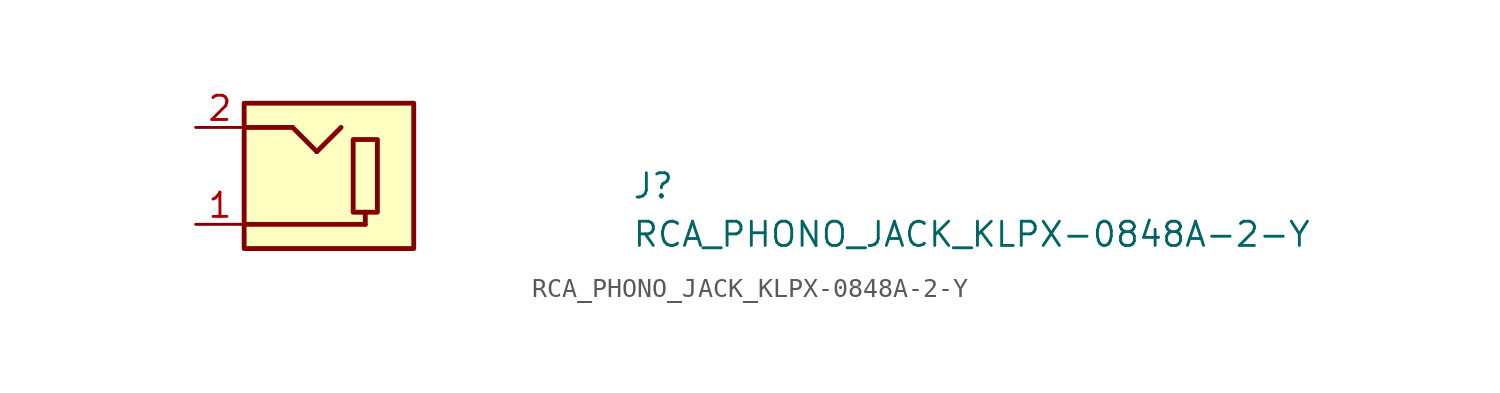
<source format=kicad_sym>
(kicad_symbol_lib
  (version 20211014)
  (generator kicad_symbol_editor)
  (symbol "RCA_PHONO_JACK_KLPX-0848A-2-Y"
    (property "Reference" "J"
      (at 22.86 -3.81 0)
      (effects (font (size 1.27 1.27) (thickness 0.15)) (justify left bottom)))
    (property "Value" "RCA_PHONO_JACK_KLPX-0848A-2-Y"
      (at 22.86 -6.35 0)
      (effects (font (size 1.27 1.27) (thickness 0.15)) (justify left bottom)))
    (symbol "RCA_PHONO_JACK_KLPX-0848A-2-Y_0_1"
      (rectangle (start 9.525 -0.635) (end 8.255 -4.445) (stroke (width 0.254) (type default) (color 0 0 0 0)) (fill (type none))))
    (symbol "RCA_PHONO_JACK_KLPX-0848A-2-Y_1_1"
      (polyline (pts (xy 5.08 0) (xy 2.54 0)) (stroke (width 0.254) (type default) (color 0 0 0 0)) (fill (type background)))
      (polyline (pts (xy 6.35 -1.27) (xy 5.08 0)) (stroke (width 0.254) (type default) (color 0 0 0 0)) (fill (type background)))
      (polyline (pts (xy 7.62 0) (xy 6.35 -1.27)) (stroke (width 0.254) (type default) (color 0 0 0 0)) (fill (type background)))
      (polyline (pts (xy 8.89 -5.08) (xy 2.54 -5.08)) (stroke (width 0.254) (type default) (color 0 0 0 0)) (fill (type background)))
      (polyline (pts (xy 8.89 -5.08) (xy 8.89 -4.445)) (stroke (width 0.254) (type default) (color 0 0 0 0)) (fill (type background)))
      (rectangle (start 2.54 1.27) (end 11.43 -6.35) (stroke (width 0.254) (type default) (color 0 0 0 0)) (fill (type background)))
      (pin passive line (at 0 -5.08 0) (length 2.54) (name "~" (effects (font (size 1.27 1.27)))) (number "1" (effects (font (size 1.27 1.27)))))
      (pin passive line (at 0 0 0) (length 2.54) (name "~" (effects (font (size 1.27 1.27)))) (number "2" (effects (font (size 1.27 1.27))))))))
</source>
